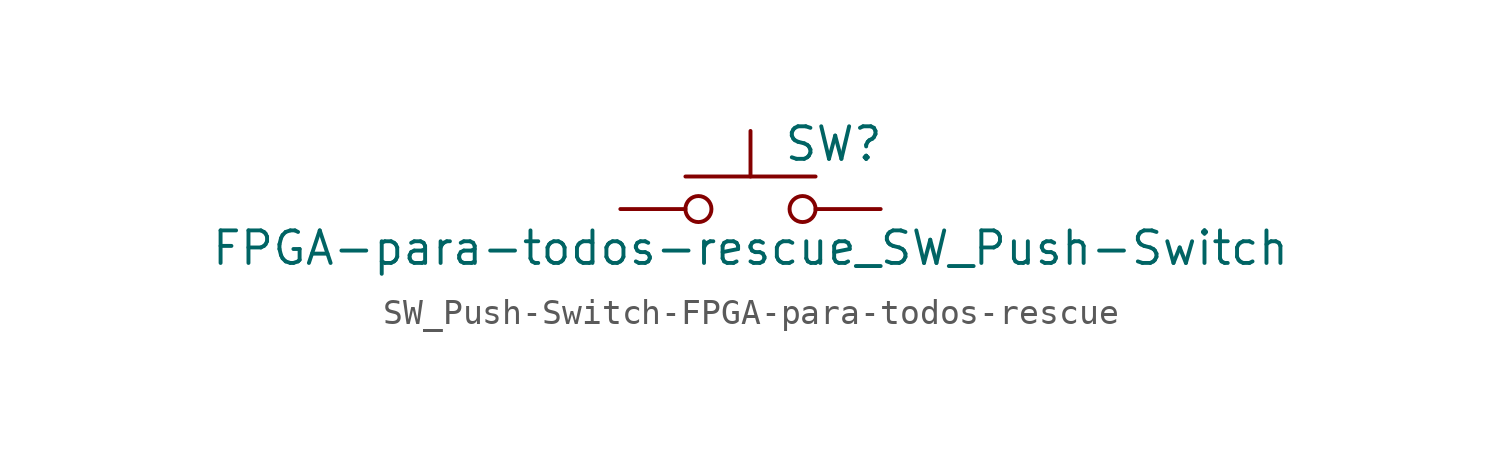
<source format=kicad_sym>
(kicad_symbol_lib
  (version 20231120)
  (generator "kicad_symbol_editor")
  (generator_version "8.0")
  (symbol "SW_Push-Switch-FPGA-para-todos-rescue"
    (pin_numbers hide)
    (pin_names
      (offset 1.016) hide)
    (property "Reference" "SW"
      (at 1.27 2.54 0)
      (effects (font (size 1.27 1.27)) (justify left)))
    (property "Value" "FPGA-para-todos-rescue_SW_Push-Switch"
      (at 0 -1.524 0)
      (effects (font (size 1.27 1.27))))
    (symbol "SW_Push-Switch-FPGA-para-todos-rescue_0_1"
      (circle (center -2.032 0) (radius 0.508) (stroke (width 0) (type solid)) (fill (type none)))
      (polyline (pts (xy 0 1.27) (xy 0 3.048)) (stroke (width 0) (type solid)) (fill (type none)))
      (polyline (pts (xy 2.54 1.27) (xy -2.54 1.27)) (stroke (width 0) (type solid)) (fill (type none)))
      (circle (center 2.032 0) (radius 0.508) (stroke (width 0) (type solid)) (fill (type none)))
      (pin passive line (at -5.08 0 0) (length 2.54) (name "1" (effects (font (size 1.27 1.27)))) (number "1" (effects (font (size 1.27 1.27)))))
      (pin passive line (at 5.08 0 180) (length 2.54) (name "2" (effects (font (size 1.27 1.27)))) (number "2" (effects (font (size 1.27 1.27))))))))
</source>
